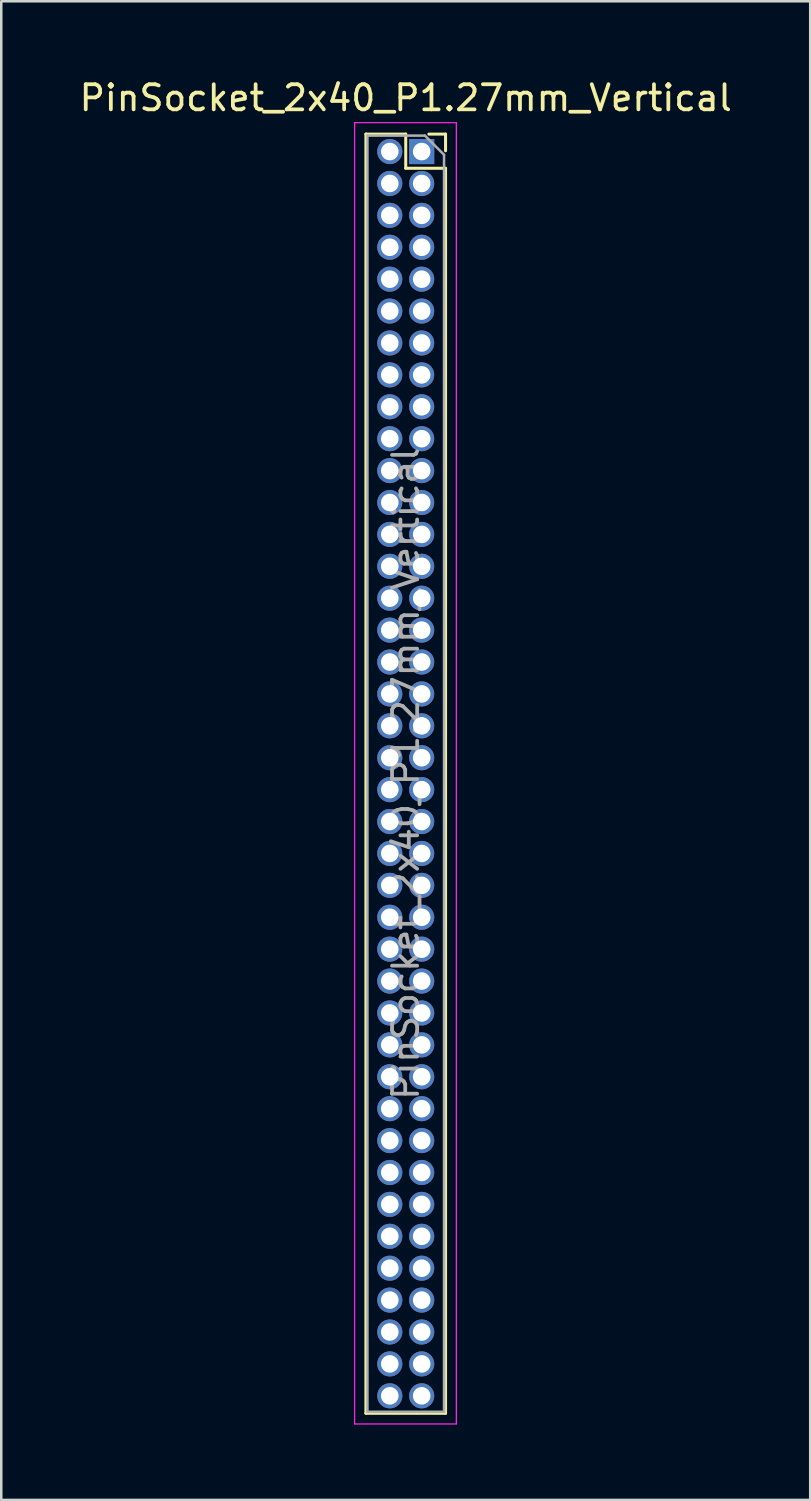
<source format=kicad_pcb>
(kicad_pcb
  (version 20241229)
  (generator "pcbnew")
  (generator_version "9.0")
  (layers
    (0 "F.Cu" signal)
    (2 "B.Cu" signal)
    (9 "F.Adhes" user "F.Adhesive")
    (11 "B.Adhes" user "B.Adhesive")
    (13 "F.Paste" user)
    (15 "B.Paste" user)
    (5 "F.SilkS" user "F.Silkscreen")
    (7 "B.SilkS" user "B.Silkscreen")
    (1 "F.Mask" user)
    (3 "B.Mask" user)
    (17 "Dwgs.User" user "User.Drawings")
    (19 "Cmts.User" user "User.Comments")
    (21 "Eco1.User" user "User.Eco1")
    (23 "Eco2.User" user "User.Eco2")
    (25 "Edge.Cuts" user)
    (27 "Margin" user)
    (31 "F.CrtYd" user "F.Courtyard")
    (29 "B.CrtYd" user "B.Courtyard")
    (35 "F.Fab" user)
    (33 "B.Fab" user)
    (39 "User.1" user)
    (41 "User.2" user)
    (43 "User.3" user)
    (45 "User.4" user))
  (footprint "PinSocket_2x40_P1.27mm_Vertical"
    (layer "F.Cu")
    (at 13.736 2.983)
    (property "Reference" "PinSocket_2x40_P1.27mm_Vertical" (at -0.635 -2.135 0) (layer "F.SilkS") (effects (font (size 1 1) (thickness 0.15))))
    (attr through_hole)
    (fp_line (start -2.22 -0.695) (end -2.22 50.225) (stroke (width 0.12) (type solid)) (layer "F.SilkS"))
    (fp_line (start -2.22 50.225) (end 0.95 50.225) (stroke (width 0.12) (type solid)) (layer "F.SilkS"))
    (fp_line (start -0.635 -0.695) (end -2.22 -0.695) (stroke (width 0.12) (type solid)) (layer "F.SilkS"))
    (fp_line (start -0.635 0.665) (end -0.635 -0.695) (stroke (width 0.12) (type solid)) (layer "F.SilkS"))
    (fp_line (start 0.95 -0.695) (end 0.285 -0.695) (stroke (width 0.12) (type solid)) (layer "F.SilkS"))
    (fp_line (start 0.95 -0.03) (end 0.95 -0.695) (stroke (width 0.12) (type solid)) (layer "F.SilkS"))
    (fp_line (start 0.95 0.665) (end -0.635 0.665) (stroke (width 0.12) (type solid)) (layer "F.SilkS"))
    (fp_line (start 0.95 50.225) (end 0.95 0.665) (stroke (width 0.12) (type solid)) (layer "F.SilkS"))
    (fp_line (start -2.67 -1.15) (end 1.38 -1.15) (stroke (width 0.05) (type solid)) (layer "F.CrtYd"))
    (fp_line (start -2.67 50.65) (end -2.67 -1.15) (stroke (width 0.05) (type solid)) (layer "F.CrtYd"))
    (fp_line (start 1.38 -1.15) (end 1.38 50.65) (stroke (width 0.05) (type solid)) (layer "F.CrtYd"))
    (fp_line (start 1.38 50.65) (end -2.67 50.65) (stroke (width 0.05) (type solid)) (layer "F.CrtYd"))
    (fp_line (start -2.16 -0.635) (end 0.128 -0.635) (stroke (width 0.1) (type solid)) (layer "F.Fab"))
    (fp_line (start -2.16 50.165) (end -2.16 -0.635) (stroke (width 0.1) (type solid)) (layer "F.Fab"))
    (fp_line (start 0.128 -0.635) (end 0.89 0.128) (stroke (width 0.1) (type solid)) (layer "F.Fab"))
    (fp_line (start 0.89 0.128) (end 0.89 50.165) (stroke (width 0.1) (type solid)) (layer "F.Fab"))
    (fp_line (start 0.89 50.165) (end -2.16 50.165) (stroke (width 0.1) (type solid)) (layer "F.Fab"))
    (fp_text user "${REFERENCE}" (at -0.635 24.765 90) (layer "F.Fab") (effects (font (size 1 1) (thickness 0.15))))
    (pad "1" thru_hole rect (at 0 0) (size 1 1) (drill 0.7) (layers "*.Cu" "*.Mask"))
    (pad "2" thru_hole oval (at -1.27 0) (size 1 1) (drill 0.7) (layers "*.Cu" "*.Mask"))
    (pad "3" thru_hole oval (at 0 1.27) (size 1 1) (drill 0.7) (layers "*.Cu" "*.Mask"))
    (pad "4" thru_hole oval (at -1.27 1.27) (size 1 1) (drill 0.7) (layers "*.Cu" "*.Mask"))
    (pad "5" thru_hole oval (at 0 2.54) (size 1 1) (drill 0.7) (layers "*.Cu" "*.Mask"))
    (pad "6" thru_hole oval (at -1.27 2.54) (size 1 1) (drill 0.7) (layers "*.Cu" "*.Mask"))
    (pad "7" thru_hole oval (at 0 3.81) (size 1 1) (drill 0.7) (layers "*.Cu" "*.Mask"))
    (pad "8" thru_hole oval (at -1.27 3.81) (size 1 1) (drill 0.7) (layers "*.Cu" "*.Mask"))
    (pad "9" thru_hole oval (at 0 5.08) (size 1 1) (drill 0.7) (layers "*.Cu" "*.Mask"))
    (pad "10" thru_hole oval (at -1.27 5.08) (size 1 1) (drill 0.7) (layers "*.Cu" "*.Mask"))
    (pad "11" thru_hole oval (at 0 6.35) (size 1 1) (drill 0.7) (layers "*.Cu" "*.Mask"))
    (pad "12" thru_hole oval (at -1.27 6.35) (size 1 1) (drill 0.7) (layers "*.Cu" "*.Mask"))
    (pad "13" thru_hole oval (at 0 7.62) (size 1 1) (drill 0.7) (layers "*.Cu" "*.Mask"))
    (pad "14" thru_hole oval (at -1.27 7.62) (size 1 1) (drill 0.7) (layers "*.Cu" "*.Mask"))
    (pad "15" thru_hole oval (at 0 8.89) (size 1 1) (drill 0.7) (layers "*.Cu" "*.Mask"))
    (pad "16" thru_hole oval (at -1.27 8.89) (size 1 1) (drill 0.7) (layers "*.Cu" "*.Mask"))
    (pad "17" thru_hole oval (at 0 10.16) (size 1 1) (drill 0.7) (layers "*.Cu" "*.Mask"))
    (pad "18" thru_hole oval (at -1.27 10.16) (size 1 1) (drill 0.7) (layers "*.Cu" "*.Mask"))
    (pad "19" thru_hole oval (at 0 11.43) (size 1 1) (drill 0.7) (layers "*.Cu" "*.Mask"))
    (pad "20" thru_hole oval (at -1.27 11.43) (size 1 1) (drill 0.7) (layers "*.Cu" "*.Mask"))
    (pad "21" thru_hole oval (at 0 12.7) (size 1 1) (drill 0.7) (layers "*.Cu" "*.Mask"))
    (pad "22" thru_hole oval (at -1.27 12.7) (size 1 1) (drill 0.7) (layers "*.Cu" "*.Mask"))
    (pad "23" thru_hole oval (at 0 13.97) (size 1 1) (drill 0.7) (layers "*.Cu" "*.Mask"))
    (pad "24" thru_hole oval (at -1.27 13.97) (size 1 1) (drill 0.7) (layers "*.Cu" "*.Mask"))
    (pad "25" thru_hole oval (at 0 15.24) (size 1 1) (drill 0.7) (layers "*.Cu" "*.Mask"))
    (pad "26" thru_hole oval (at -1.27 15.24) (size 1 1) (drill 0.7) (layers "*.Cu" "*.Mask"))
    (pad "27" thru_hole oval (at 0 16.51) (size 1 1) (drill 0.7) (layers "*.Cu" "*.Mask"))
    (pad "28" thru_hole oval (at -1.27 16.51) (size 1 1) (drill 0.7) (layers "*.Cu" "*.Mask"))
    (pad "29" thru_hole oval (at 0 17.78) (size 1 1) (drill 0.7) (layers "*.Cu" "*.Mask"))
    (pad "30" thru_hole oval (at -1.27 17.78) (size 1 1) (drill 0.7) (layers "*.Cu" "*.Mask"))
    (pad "31" thru_hole oval (at 0 19.05) (size 1 1) (drill 0.7) (layers "*.Cu" "*.Mask"))
    (pad "32" thru_hole oval (at -1.27 19.05) (size 1 1) (drill 0.7) (layers "*.Cu" "*.Mask"))
    (pad "33" thru_hole oval (at 0 20.32) (size 1 1) (drill 0.7) (layers "*.Cu" "*.Mask"))
    (pad "34" thru_hole oval (at -1.27 20.32) (size 1 1) (drill 0.7) (layers "*.Cu" "*.Mask"))
    (pad "35" thru_hole oval (at 0 21.59) (size 1 1) (drill 0.7) (layers "*.Cu" "*.Mask"))
    (pad "36" thru_hole oval (at -1.27 21.59) (size 1 1) (drill 0.7) (layers "*.Cu" "*.Mask"))
    (pad "37" thru_hole oval (at 0 22.86) (size 1 1) (drill 0.7) (layers "*.Cu" "*.Mask"))
    (pad "38" thru_hole oval (at -1.27 22.86) (size 1 1) (drill 0.7) (layers "*.Cu" "*.Mask"))
    (pad "39" thru_hole oval (at 0 24.13) (size 1 1) (drill 0.7) (layers "*.Cu" "*.Mask"))
    (pad "40" thru_hole oval (at -1.27 24.13) (size 1 1) (drill 0.7) (layers "*.Cu" "*.Mask"))
    (pad "41" thru_hole oval (at 0 25.4) (size 1 1) (drill 0.7) (layers "*.Cu" "*.Mask"))
    (pad "42" thru_hole oval (at -1.27 25.4) (size 1 1) (drill 0.7) (layers "*.Cu" "*.Mask"))
    (pad "43" thru_hole oval (at 0 26.67) (size 1 1) (drill 0.7) (layers "*.Cu" "*.Mask"))
    (pad "44" thru_hole oval (at -1.27 26.67) (size 1 1) (drill 0.7) (layers "*.Cu" "*.Mask"))
    (pad "45" thru_hole oval (at 0 27.94) (size 1 1) (drill 0.7) (layers "*.Cu" "*.Mask"))
    (pad "46" thru_hole oval (at -1.27 27.94) (size 1 1) (drill 0.7) (layers "*.Cu" "*.Mask"))
    (pad "47" thru_hole oval (at 0 29.21) (size 1 1) (drill 0.7) (layers "*.Cu" "*.Mask"))
    (pad "48" thru_hole oval (at -1.27 29.21) (size 1 1) (drill 0.7) (layers "*.Cu" "*.Mask"))
    (pad "49" thru_hole oval (at 0 30.48) (size 1 1) (drill 0.7) (layers "*.Cu" "*.Mask"))
    (pad "50" thru_hole oval (at -1.27 30.48) (size 1 1) (drill 0.7) (layers "*.Cu" "*.Mask"))
    (pad "51" thru_hole oval (at 0 31.75) (size 1 1) (drill 0.7) (layers "*.Cu" "*.Mask"))
    (pad "52" thru_hole oval (at -1.27 31.75) (size 1 1) (drill 0.7) (layers "*.Cu" "*.Mask"))
    (pad "53" thru_hole oval (at 0 33.02) (size 1 1) (drill 0.7) (layers "*.Cu" "*.Mask"))
    (pad "54" thru_hole oval (at -1.27 33.02) (size 1 1) (drill 0.7) (layers "*.Cu" "*.Mask"))
    (pad "55" thru_hole oval (at 0 34.29) (size 1 1) (drill 0.7) (layers "*.Cu" "*.Mask"))
    (pad "56" thru_hole oval (at -1.27 34.29) (size 1 1) (drill 0.7) (layers "*.Cu" "*.Mask"))
    (pad "57" thru_hole oval (at 0 35.56) (size 1 1) (drill 0.7) (layers "*.Cu" "*.Mask"))
    (pad "58" thru_hole oval (at -1.27 35.56) (size 1 1) (drill 0.7) (layers "*.Cu" "*.Mask"))
    (pad "59" thru_hole oval (at 0 36.83) (size 1 1) (drill 0.7) (layers "*.Cu" "*.Mask"))
    (pad "60" thru_hole oval (at -1.27 36.83) (size 1 1) (drill 0.7) (layers "*.Cu" "*.Mask"))
    (pad "61" thru_hole oval (at 0 38.1) (size 1 1) (drill 0.7) (layers "*.Cu" "*.Mask"))
    (pad "62" thru_hole oval (at -1.27 38.1) (size 1 1) (drill 0.7) (layers "*.Cu" "*.Mask"))
    (pad "63" thru_hole oval (at 0 39.37) (size 1 1) (drill 0.7) (layers "*.Cu" "*.Mask"))
    (pad "64" thru_hole oval (at -1.27 39.37) (size 1 1) (drill 0.7) (layers "*.Cu" "*.Mask"))
    (pad "65" thru_hole oval (at 0 40.64) (size 1 1) (drill 0.7) (layers "*.Cu" "*.Mask"))
    (pad "66" thru_hole oval (at -1.27 40.64) (size 1 1) (drill 0.7) (layers "*.Cu" "*.Mask"))
    (pad "67" thru_hole oval (at 0 41.91) (size 1 1) (drill 0.7) (layers "*.Cu" "*.Mask"))
    (pad "68" thru_hole oval (at -1.27 41.91) (size 1 1) (drill 0.7) (layers "*.Cu" "*.Mask"))
    (pad "69" thru_hole oval (at 0 43.18) (size 1 1) (drill 0.7) (layers "*.Cu" "*.Mask"))
    (pad "70" thru_hole oval (at -1.27 43.18) (size 1 1) (drill 0.7) (layers "*.Cu" "*.Mask"))
    (pad "71" thru_hole oval (at 0 44.45) (size 1 1) (drill 0.7) (layers "*.Cu" "*.Mask"))
    (pad "72" thru_hole oval (at -1.27 44.45) (size 1 1) (drill 0.7) (layers "*.Cu" "*.Mask"))
    (pad "73" thru_hole oval (at 0 45.72) (size 1 1) (drill 0.7) (layers "*.Cu" "*.Mask"))
    (pad "74" thru_hole oval (at -1.27 45.72) (size 1 1) (drill 0.7) (layers "*.Cu" "*.Mask"))
    (pad "75" thru_hole oval (at 0 46.99) (size 1 1) (drill 0.7) (layers "*.Cu" "*.Mask"))
    (pad "76" thru_hole oval (at -1.27 46.99) (size 1 1) (drill 0.7) (layers "*.Cu" "*.Mask"))
    (pad "77" thru_hole oval (at 0 48.26) (size 1 1) (drill 0.7) (layers "*.Cu" "*.Mask"))
    (pad "78" thru_hole oval (at -1.27 48.26) (size 1 1) (drill 0.7) (layers "*.Cu" "*.Mask"))
    (pad "79" thru_hole oval (at 0 49.53) (size 1 1) (drill 0.7) (layers "*.Cu" "*.Mask"))
    (pad "80" thru_hole oval (at -1.27 49.53) (size 1 1) (drill 0.7) (layers "*.Cu" "*.Mask")))
  (gr_rect
    (start -3 -3)
    (end 29.202 56.658)
    (stroke (width 0.1) (type default))
    (fill no)
    (layer "Edge.Cuts")))
</source>
